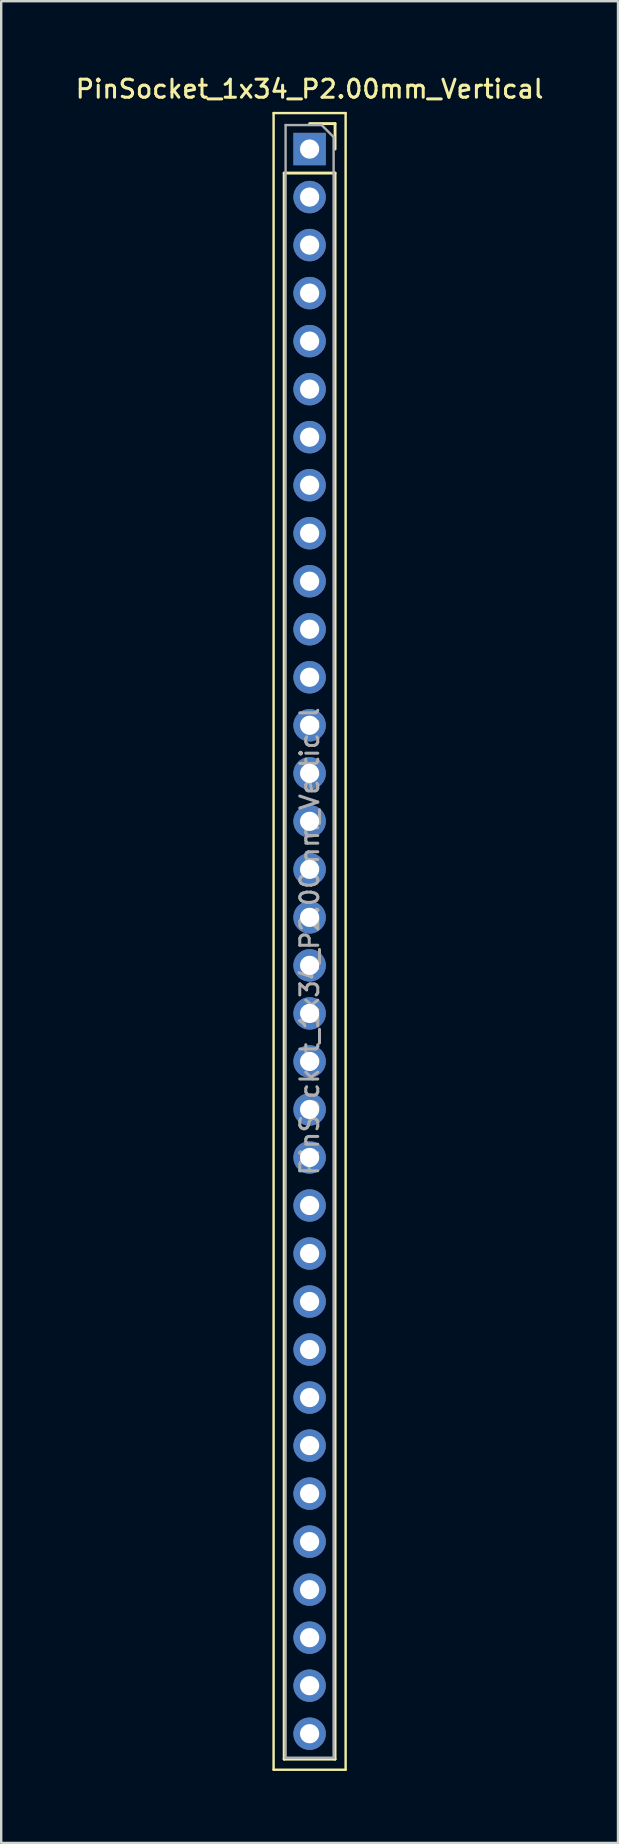
<source format=kicad_pcb>
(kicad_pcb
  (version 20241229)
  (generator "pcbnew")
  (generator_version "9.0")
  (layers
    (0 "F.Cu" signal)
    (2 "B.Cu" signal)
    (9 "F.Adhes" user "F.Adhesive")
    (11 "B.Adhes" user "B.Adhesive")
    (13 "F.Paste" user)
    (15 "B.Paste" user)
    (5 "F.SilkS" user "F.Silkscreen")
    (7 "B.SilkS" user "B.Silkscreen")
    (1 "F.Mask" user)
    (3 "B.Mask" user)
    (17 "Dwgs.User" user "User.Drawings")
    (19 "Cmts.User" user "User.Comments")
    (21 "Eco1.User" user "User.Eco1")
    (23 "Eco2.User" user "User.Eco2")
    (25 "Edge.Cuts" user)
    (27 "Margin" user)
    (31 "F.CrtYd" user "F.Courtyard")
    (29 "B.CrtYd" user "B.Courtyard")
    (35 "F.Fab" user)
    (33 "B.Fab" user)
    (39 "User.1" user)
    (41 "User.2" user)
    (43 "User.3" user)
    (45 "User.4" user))
  (footprint "PinSocket_1x34_P2.00mm_Vertical"
    (layer "F.Cu")
    (at 9.845 3.158)
    (property "Reference" "PinSocket_1x34_P2.00mm_Vertical" (at 0 -2.5 0) (layer "F.SilkS") (effects (font (size 0.75 0.75) (thickness 0.125))))
    (attr through_hole)
    (fp_line (start -1.5 -1.5) (end 1.5 -1.5) (stroke (width 0.1) (type solid)) (layer "F.SilkS"))
    (fp_line (start -1.5 67.5) (end -1.5 -1.5) (stroke (width 0.1) (type solid)) (layer "F.SilkS"))
    (fp_line (start -1.06 1) (end -1.06 67.06) (stroke (width 0.12) (type solid)) (layer "F.SilkS"))
    (fp_line (start -1.06 1) (end 1.06 1) (stroke (width 0.12) (type solid)) (layer "F.SilkS"))
    (fp_line (start -1.06 67.06) (end 1.06 67.06) (stroke (width 0.12) (type solid)) (layer "F.SilkS"))
    (fp_line (start 0 -1.06) (end 1.06 -1.06) (stroke (width 0.12) (type solid)) (layer "F.SilkS"))
    (fp_line (start 1.06 -1.06) (end 1.06 0) (stroke (width 0.12) (type solid)) (layer "F.SilkS"))
    (fp_line (start 1.06 1) (end 1.06 67.06) (stroke (width 0.12) (type solid)) (layer "F.SilkS"))
    (fp_line (start 1.5 -1.5) (end 1.5 67.5) (stroke (width 0.1) (type solid)) (layer "F.SilkS"))
    (fp_line (start 1.5 67.5) (end -1.5 67.5) (stroke (width 0.1) (type solid)) (layer "F.SilkS"))
    (fp_line (start -1 -1) (end 0.5 -1) (stroke (width 0.1) (type solid)) (layer "F.Fab"))
    (fp_line (start -1 67) (end -1 -1) (stroke (width 0.1) (type solid)) (layer "F.Fab"))
    (fp_line (start 0.5 -1) (end 1 -0.5) (stroke (width 0.1) (type solid)) (layer "F.Fab"))
    (fp_line (start 1 -0.5) (end 1 67) (stroke (width 0.1) (type solid)) (layer "F.Fab"))
    (fp_line (start 1 67) (end -1 67) (stroke (width 0.1) (type solid)) (layer "F.Fab"))
    (fp_text user "${REFERENCE}" (at 0 33 90) (layer "F.Fab") (effects (font (size 0.75 0.75) (thickness 0.125))))
    (pad "1" thru_hole rect (at 0 0) (size 1.35 1.35) (drill 0.8) (layers "*.Cu" "*.Mask"))
    (pad "2" thru_hole oval (at 0 2) (size 1.35 1.35) (drill 0.8) (layers "*.Cu" "*.Mask"))
    (pad "3" thru_hole oval (at 0 4) (size 1.35 1.35) (drill 0.8) (layers "*.Cu" "*.Mask"))
    (pad "4" thru_hole oval (at 0 6) (size 1.35 1.35) (drill 0.8) (layers "*.Cu" "*.Mask"))
    (pad "5" thru_hole oval (at 0 8) (size 1.35 1.35) (drill 0.8) (layers "*.Cu" "*.Mask"))
    (pad "6" thru_hole oval (at 0 10) (size 1.35 1.35) (drill 0.8) (layers "*.Cu" "*.Mask"))
    (pad "7" thru_hole oval (at 0 12) (size 1.35 1.35) (drill 0.8) (layers "*.Cu" "*.Mask"))
    (pad "8" thru_hole oval (at 0 14) (size 1.35 1.35) (drill 0.8) (layers "*.Cu" "*.Mask"))
    (pad "9" thru_hole oval (at 0 16) (size 1.35 1.35) (drill 0.8) (layers "*.Cu" "*.Mask"))
    (pad "10" thru_hole oval (at 0 18) (size 1.35 1.35) (drill 0.8) (layers "*.Cu" "*.Mask"))
    (pad "11" thru_hole oval (at 0 20) (size 1.35 1.35) (drill 0.8) (layers "*.Cu" "*.Mask"))
    (pad "12" thru_hole oval (at 0 22) (size 1.35 1.35) (drill 0.8) (layers "*.Cu" "*.Mask"))
    (pad "13" thru_hole oval (at 0 24) (size 1.35 1.35) (drill 0.8) (layers "*.Cu" "*.Mask"))
    (pad "14" thru_hole oval (at 0 26) (size 1.35 1.35) (drill 0.8) (layers "*.Cu" "*.Mask"))
    (pad "15" thru_hole oval (at 0 28) (size 1.35 1.35) (drill 0.8) (layers "*.Cu" "*.Mask"))
    (pad "16" thru_hole oval (at 0 30) (size 1.35 1.35) (drill 0.8) (layers "*.Cu" "*.Mask"))
    (pad "17" thru_hole oval (at 0 32) (size 1.35 1.35) (drill 0.8) (layers "*.Cu" "*.Mask"))
    (pad "18" thru_hole oval (at 0 34) (size 1.35 1.35) (drill 0.8) (layers "*.Cu" "*.Mask"))
    (pad "19" thru_hole oval (at 0 36) (size 1.35 1.35) (drill 0.8) (layers "*.Cu" "*.Mask"))
    (pad "20" thru_hole oval (at 0 38) (size 1.35 1.35) (drill 0.8) (layers "*.Cu" "*.Mask"))
    (pad "21" thru_hole oval (at 0 40) (size 1.35 1.35) (drill 0.8) (layers "*.Cu" "*.Mask"))
    (pad "22" thru_hole oval (at 0 42) (size 1.35 1.35) (drill 0.8) (layers "*.Cu" "*.Mask"))
    (pad "23" thru_hole oval (at 0 44) (size 1.35 1.35) (drill 0.8) (layers "*.Cu" "*.Mask"))
    (pad "24" thru_hole oval (at 0 46) (size 1.35 1.35) (drill 0.8) (layers "*.Cu" "*.Mask"))
    (pad "25" thru_hole oval (at 0 48) (size 1.35 1.35) (drill 0.8) (layers "*.Cu" "*.Mask"))
    (pad "26" thru_hole oval (at 0 50) (size 1.35 1.35) (drill 0.8) (layers "*.Cu" "*.Mask"))
    (pad "27" thru_hole oval (at 0 52) (size 1.35 1.35) (drill 0.8) (layers "*.Cu" "*.Mask"))
    (pad "28" thru_hole oval (at 0 54) (size 1.35 1.35) (drill 0.8) (layers "*.Cu" "*.Mask"))
    (pad "29" thru_hole oval (at 0 56) (size 1.35 1.35) (drill 0.8) (layers "*.Cu" "*.Mask"))
    (pad "30" thru_hole oval (at 0 58) (size 1.35 1.35) (drill 0.8) (layers "*.Cu" "*.Mask"))
    (pad "31" thru_hole oval (at 0 60) (size 1.35 1.35) (drill 0.8) (layers "*.Cu" "*.Mask"))
    (pad "32" thru_hole oval (at 0 62) (size 1.35 1.35) (drill 0.8) (layers "*.Cu" "*.Mask"))
    (pad "33" thru_hole oval (at 0 64) (size 1.35 1.35) (drill 0.8) (layers "*.Cu" "*.Mask"))
    (pad "34" thru_hole oval (at 0 66) (size 1.35 1.35) (drill 0.8) (layers "*.Cu" "*.Mask")))
  (gr_rect
    (start -3 -3)
    (end 22.689 73.708)
    (stroke (width 0.1) (type default))
    (fill no)
    (layer "Edge.Cuts")))
</source>
